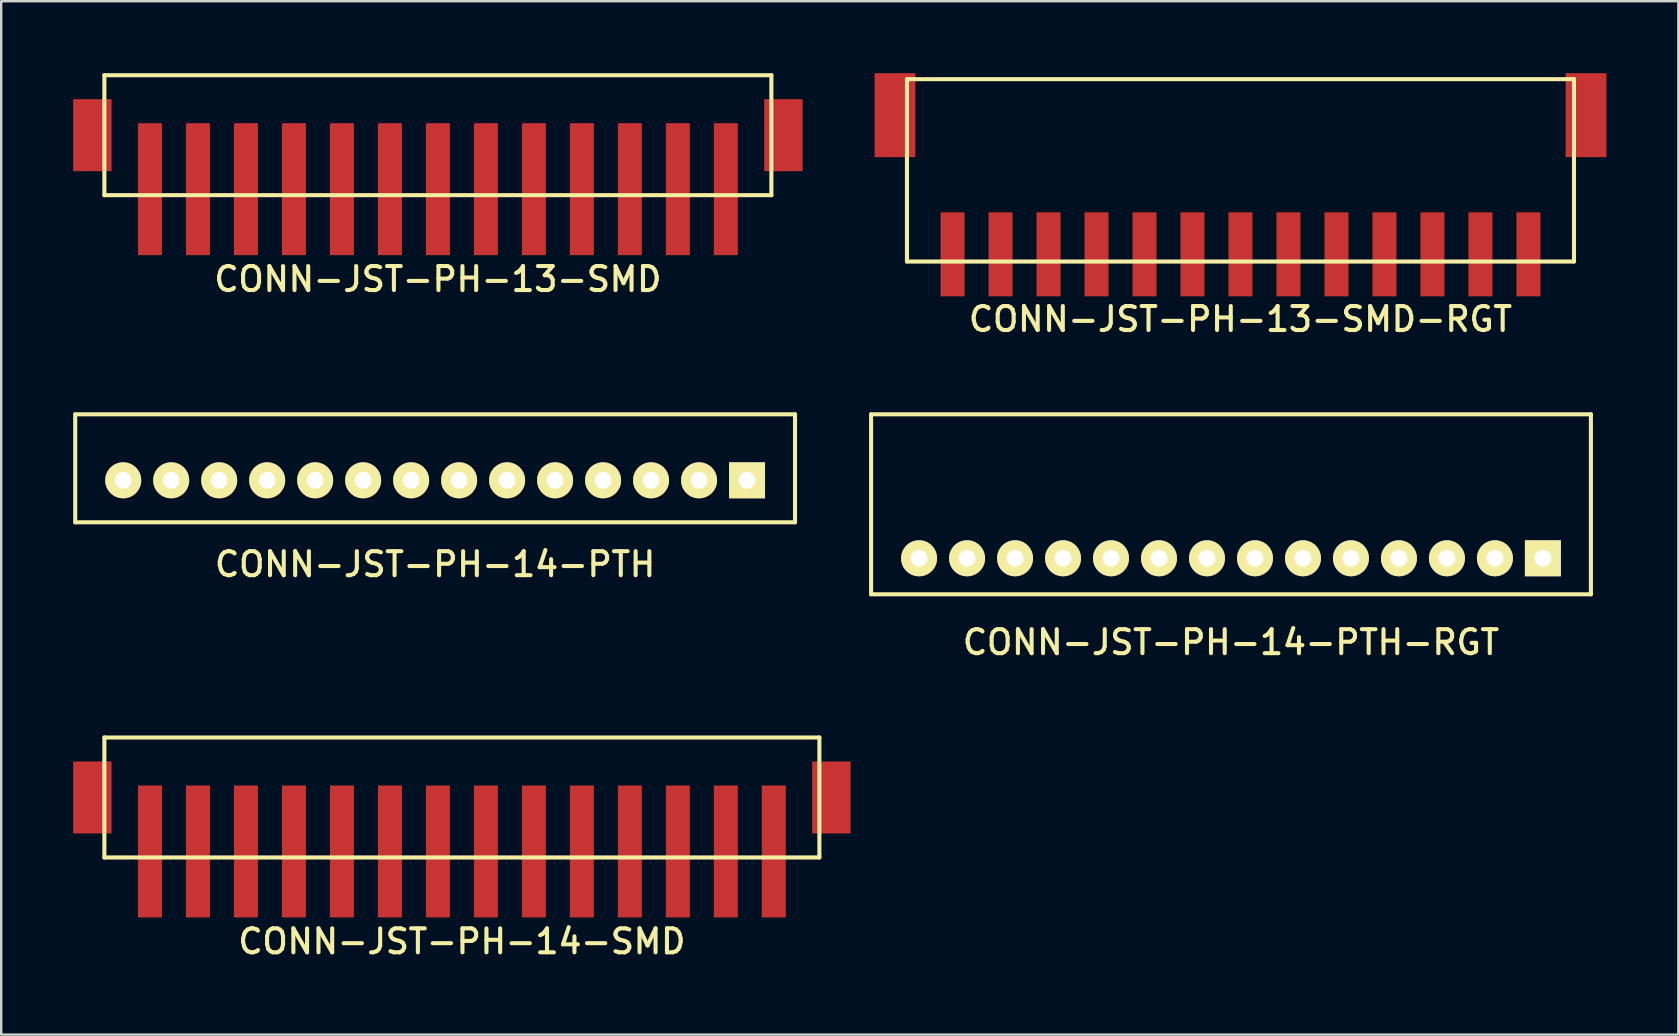
<source format=kicad_pcb>
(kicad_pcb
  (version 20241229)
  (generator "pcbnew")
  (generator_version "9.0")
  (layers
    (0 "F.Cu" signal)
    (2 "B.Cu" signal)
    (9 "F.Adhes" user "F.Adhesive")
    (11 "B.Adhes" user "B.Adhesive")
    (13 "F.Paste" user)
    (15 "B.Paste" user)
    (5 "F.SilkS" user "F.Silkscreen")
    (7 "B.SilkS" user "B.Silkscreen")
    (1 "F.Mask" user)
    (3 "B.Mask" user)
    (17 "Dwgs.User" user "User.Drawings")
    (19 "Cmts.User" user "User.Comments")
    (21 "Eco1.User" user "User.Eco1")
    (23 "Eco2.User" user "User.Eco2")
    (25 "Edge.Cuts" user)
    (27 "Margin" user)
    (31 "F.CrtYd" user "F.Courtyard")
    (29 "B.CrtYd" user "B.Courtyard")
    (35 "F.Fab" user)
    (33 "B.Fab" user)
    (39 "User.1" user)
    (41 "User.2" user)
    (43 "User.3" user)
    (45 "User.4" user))
  (footprint "CONN-JST-PH-13-SMD-RGT"
    (layer "F.Cu")
    (at 48.65 0.25)
    (property "Reference" "CONN-JST-PH-13-SMD-RGT" (at 0 10 0) (layer "F.SilkS") (effects (font (size 1 1) (thickness 0.17))))
    (attr through_hole)
    (fp_line (start -13.9 0) (end -13.9 7.6) (stroke (width 0.17) (type solid)) (layer "F.SilkS"))
    (fp_line (start -13.9 0) (end 13.9 0) (stroke (width 0.17) (type solid)) (layer "F.SilkS"))
    (fp_line (start -13.9 7.6) (end 13.9 7.6) (stroke (width 0.17) (type solid)) (layer "F.SilkS"))
    (fp_line (start 13.9 0) (end 13.9 7.6) (stroke (width 0.17) (type solid)) (layer "F.SilkS"))
    (pad "1" smd rect (at 12 7.3) (size 1 3.5) (layers "F.Cu" "F.Mask" "F.Paste"))
    (pad "2" smd rect (at 10 7.3) (size 1 3.5) (layers "F.Cu" "F.Mask" "F.Paste"))
    (pad "3" smd rect (at 8 7.3) (size 1 3.5) (layers "F.Cu" "F.Mask" "F.Paste"))
    (pad "4" smd rect (at 6 7.3) (size 1 3.5) (layers "F.Cu" "F.Mask" "F.Paste"))
    (pad "5" smd rect (at 4 7.3) (size 1 3.5) (layers "F.Cu" "F.Mask" "F.Paste"))
    (pad "6" smd rect (at 2 7.3) (size 1 3.5) (layers "F.Cu" "F.Mask" "F.Paste"))
    (pad "7" smd rect (at 0 7.3) (size 1 3.5) (layers "F.Cu" "F.Mask" "F.Paste"))
    (pad "8" smd rect (at -2 7.3) (size 1 3.5) (layers "F.Cu" "F.Mask" "F.Paste"))
    (pad "9" smd rect (at -4 7.3) (size 1 3.5) (layers "F.Cu" "F.Mask" "F.Paste"))
    (pad "10" smd rect (at -6 7.3) (size 1 3.5) (layers "F.Cu" "F.Mask" "F.Paste"))
    (pad "11" smd rect (at -8 7.3) (size 1 3.5) (layers "F.Cu" "F.Mask" "F.Paste"))
    (pad "12" smd rect (at -10 7.3) (size 1 3.5) (layers "F.Cu" "F.Mask" "F.Paste"))
    (pad "13" smd rect (at -12 7.3) (size 1 3.5) (layers "F.Cu" "F.Mask" "F.Paste"))
    (pad "M1" smd rect (at 14.4 1.5) (size 1.7 3.5) (layers "F.Cu" "F.Mask" "F.Paste"))
    (pad "M2" smd rect (at -14.4 1.5) (size 1.7 3.5) (layers "F.Cu" "F.Mask" "F.Paste")))
  (footprint "CONN-JST-PH-14-SMD"
    (layer "F.Cu")
    (at 16.2 35.187)
    (property "Reference" "CONN-JST-PH-14-SMD" (at 0 1 0) (layer "F.SilkS") (effects (font (size 1 1) (thickness 0.17))))
    (attr through_hole)
    (fp_line (start -14.9 -7.5) (end 14.9 -7.5) (stroke (width 0.17) (type solid)) (layer "F.SilkS"))
    (fp_line (start -14.9 -2.5) (end -14.9 -7.5) (stroke (width 0.17) (type solid)) (layer "F.SilkS"))
    (fp_line (start -14.9 -2.5) (end 14.9 -2.5) (stroke (width 0.17) (type solid)) (layer "F.SilkS"))
    (fp_line (start 14.9 -2.5) (end 14.9 -7.5) (stroke (width 0.17) (type solid)) (layer "F.SilkS"))
    (pad "1" smd rect (at -13 -2.75) (size 1 5.5) (layers "F.Cu" "F.Mask" "F.Paste"))
    (pad "2" smd rect (at -11 -2.75) (size 1 5.5) (layers "F.Cu" "F.Mask" "F.Paste"))
    (pad "3" smd rect (at -9 -2.75) (size 1 5.5) (layers "F.Cu" "F.Mask" "F.Paste"))
    (pad "4" smd rect (at -7 -2.75) (size 1 5.5) (layers "F.Cu" "F.Mask" "F.Paste"))
    (pad "5" smd rect (at -5 -2.75) (size 1 5.5) (layers "F.Cu" "F.Mask" "F.Paste"))
    (pad "6" smd rect (at -3 -2.75) (size 1 5.5) (layers "F.Cu" "F.Mask" "F.Paste"))
    (pad "7" smd rect (at -1 -2.75) (size 1 5.5) (layers "F.Cu" "F.Mask" "F.Paste"))
    (pad "8" smd rect (at 1 -2.75) (size 1 5.5) (layers "F.Cu" "F.Mask" "F.Paste"))
    (pad "9" smd rect (at 3 -2.75) (size 1 5.5) (layers "F.Cu" "F.Mask" "F.Paste"))
    (pad "10" smd rect (at 5 -2.75) (size 1 5.5) (layers "F.Cu" "F.Mask" "F.Paste"))
    (pad "11" smd rect (at 7 -2.75) (size 1 5.5) (layers "F.Cu" "F.Mask" "F.Paste"))
    (pad "12" smd rect (at 9 -2.75) (size 1 5.5) (layers "F.Cu" "F.Mask" "F.Paste"))
    (pad "13" smd rect (at 11 -2.75) (size 1 5.5) (layers "F.Cu" "F.Mask" "F.Paste"))
    (pad "14" smd rect (at 13 -2.75) (size 1 5.5) (layers "F.Cu" "F.Mask" "F.Paste"))
    (pad "M1" smd rect (at -15.4 -5) (size 1.6 3) (layers "F.Cu" "F.Mask" "F.Paste"))
    (pad "M2" smd rect (at 15.4 -5) (size 1.6 3) (layers "F.Cu" "F.Mask" "F.Paste")))
  (footprint "CONN-JST-PH-14-PTH-RGT"
    (layer "F.Cu")
    (at 48.255 20.218)
    (property "Reference" "CONN-JST-PH-14-PTH-RGT" (at 0 3.5 0) (layer "F.SilkS") (effects (font (size 1 1) (thickness 0.17))))
    (attr through_hole)
    (fp_line (start -15 -6) (end 15 -6) (stroke (width 0.17) (type solid)) (layer "F.SilkS"))
    (fp_line (start -15 1.5) (end -15 -6) (stroke (width 0.17) (type solid)) (layer "F.SilkS"))
    (fp_line (start -15 1.5) (end 15 1.5) (stroke (width 0.17) (type solid)) (layer "F.SilkS"))
    (fp_line (start 15 1.5) (end 15 -6) (stroke (width 0.17) (type solid)) (layer "F.SilkS"))
    (pad "1" thru_hole rect (at 13 0) (size 1.5 1.5) (drill 0.7) (layers "*.Cu" "*.Mask" "F.SilkS"))
    (pad "2" thru_hole circle (at 11 0) (size 1.5 1.5) (drill 0.7) (layers "*.Cu" "*.Mask" "F.SilkS"))
    (pad "3" thru_hole circle (at 9 0) (size 1.5 1.5) (drill 0.7) (layers "*.Cu" "*.Mask" "F.SilkS"))
    (pad "4" thru_hole circle (at 7 0) (size 1.5 1.5) (drill 0.7) (layers "*.Cu" "*.Mask" "F.SilkS"))
    (pad "5" thru_hole circle (at 5 0) (size 1.5 1.5) (drill 0.7) (layers "*.Cu" "*.Mask" "F.SilkS"))
    (pad "6" thru_hole circle (at 3 0) (size 1.5 1.5) (drill 0.7) (layers "*.Cu" "*.Mask" "F.SilkS"))
    (pad "7" thru_hole circle (at 1 0) (size 1.5 1.5) (drill 0.7) (layers "*.Cu" "*.Mask" "F.SilkS"))
    (pad "8" thru_hole circle (at -1 0) (size 1.5 1.5) (drill 0.7) (layers "*.Cu" "*.Mask" "F.SilkS"))
    (pad "9" thru_hole circle (at -3 0) (size 1.5 1.5) (drill 0.7) (layers "*.Cu" "*.Mask" "F.SilkS"))
    (pad "10" thru_hole circle (at -5 0) (size 1.5 1.5) (drill 0.7) (layers "*.Cu" "*.Mask" "F.SilkS"))
    (pad "11" thru_hole circle (at -7 0) (size 1.5 1.5) (drill 0.7) (layers "*.Cu" "*.Mask" "F.SilkS"))
    (pad "12" thru_hole circle (at -9 0) (size 1.5 1.5) (drill 0.7) (layers "*.Cu" "*.Mask" "F.SilkS"))
    (pad "13" thru_hole circle (at -11 0) (size 1.5 1.5) (drill 0.7) (layers "*.Cu" "*.Mask" "F.SilkS"))
    (pad "14" thru_hole circle (at -13 0) (size 1.5 1.5) (drill 0.7) (layers "*.Cu" "*.Mask" "F.SilkS")))
  (footprint "CONN-JST-PH-14-PTH"
    (layer "F.Cu")
    (at 15.085 16.968)
    (property "Reference" "CONN-JST-PH-14-PTH" (at 0 3.5 0) (layer "F.SilkS") (effects (font (size 1 1) (thickness 0.17))))
    (attr through_hole)
    (fp_line (start -15 -2.75) (end 15 -2.75) (stroke (width 0.17) (type solid)) (layer "F.SilkS"))
    (fp_line (start -15 1.75) (end -15 -2.75) (stroke (width 0.17) (type solid)) (layer "F.SilkS"))
    (fp_line (start -15 1.75) (end 15 1.75) (stroke (width 0.17) (type solid)) (layer "F.SilkS"))
    (fp_line (start 15 1.75) (end 15 -2.75) (stroke (width 0.17) (type solid)) (layer "F.SilkS"))
    (pad "1" thru_hole rect (at 13 0) (size 1.5 1.5) (drill 0.7) (layers "*.Cu" "*.Mask" "F.SilkS"))
    (pad "2" thru_hole circle (at 11 0) (size 1.5 1.5) (drill 0.7) (layers "*.Cu" "*.Mask" "F.SilkS"))
    (pad "3" thru_hole circle (at 9 0) (size 1.5 1.5) (drill 0.7) (layers "*.Cu" "*.Mask" "F.SilkS"))
    (pad "4" thru_hole circle (at 7 0) (size 1.5 1.5) (drill 0.7) (layers "*.Cu" "*.Mask" "F.SilkS"))
    (pad "5" thru_hole circle (at 5 0) (size 1.5 1.5) (drill 0.7) (layers "*.Cu" "*.Mask" "F.SilkS"))
    (pad "6" thru_hole circle (at 3 0) (size 1.5 1.5) (drill 0.7) (layers "*.Cu" "*.Mask" "F.SilkS"))
    (pad "7" thru_hole circle (at 1 0) (size 1.5 1.5) (drill 0.7) (layers "*.Cu" "*.Mask" "F.SilkS"))
    (pad "8" thru_hole circle (at -1 0) (size 1.5 1.5) (drill 0.7) (layers "*.Cu" "*.Mask" "F.SilkS"))
    (pad "9" thru_hole circle (at -3 0) (size 1.5 1.5) (drill 0.7) (layers "*.Cu" "*.Mask" "F.SilkS"))
    (pad "10" thru_hole circle (at -5 0) (size 1.5 1.5) (drill 0.7) (layers "*.Cu" "*.Mask" "F.SilkS"))
    (pad "11" thru_hole circle (at -7 0) (size 1.5 1.5) (drill 0.7) (layers "*.Cu" "*.Mask" "F.SilkS"))
    (pad "12" thru_hole circle (at -9 0) (size 1.5 1.5) (drill 0.7) (layers "*.Cu" "*.Mask" "F.SilkS"))
    (pad "13" thru_hole circle (at -11 0) (size 1.5 1.5) (drill 0.7) (layers "*.Cu" "*.Mask" "F.SilkS"))
    (pad "14" thru_hole circle (at -13 0) (size 1.5 1.5) (drill 0.7) (layers "*.Cu" "*.Mask" "F.SilkS")))
  (footprint "CONN-JST-PH-13-SMD"
    (layer "F.Cu")
    (at 15.2 7.585)
    (property "Reference" "CONN-JST-PH-13-SMD" (at 0 1 0) (layer "F.SilkS") (effects (font (size 1 1) (thickness 0.17))))
    (attr through_hole)
    (fp_line (start -13.9 -7.5) (end 13.9 -7.5) (stroke (width 0.17) (type solid)) (layer "F.SilkS"))
    (fp_line (start -13.9 -2.5) (end -13.9 -7.5) (stroke (width 0.17) (type solid)) (layer "F.SilkS"))
    (fp_line (start -13.9 -2.5) (end 13.9 -2.5) (stroke (width 0.17) (type solid)) (layer "F.SilkS"))
    (fp_line (start 13.9 -2.5) (end 13.9 -7.5) (stroke (width 0.17) (type solid)) (layer "F.SilkS"))
    (pad "1" smd rect (at -12 -2.75) (size 1 5.5) (layers "F.Cu" "F.Mask" "F.Paste"))
    (pad "2" smd rect (at -10 -2.75) (size 1 5.5) (layers "F.Cu" "F.Mask" "F.Paste"))
    (pad "3" smd rect (at -8 -2.75) (size 1 5.5) (layers "F.Cu" "F.Mask" "F.Paste"))
    (pad "4" smd rect (at -6 -2.75) (size 1 5.5) (layers "F.Cu" "F.Mask" "F.Paste"))
    (pad "5" smd rect (at -4 -2.75) (size 1 5.5) (layers "F.Cu" "F.Mask" "F.Paste"))
    (pad "6" smd rect (at -2 -2.75) (size 1 5.5) (layers "F.Cu" "F.Mask" "F.Paste"))
    (pad "7" smd rect (at 0 -2.75) (size 1 5.5) (layers "F.Cu" "F.Mask" "F.Paste"))
    (pad "8" smd rect (at 2 -2.75) (size 1 5.5) (layers "F.Cu" "F.Mask" "F.Paste"))
    (pad "9" smd rect (at 4 -2.75) (size 1 5.5) (layers "F.Cu" "F.Mask" "F.Paste"))
    (pad "10" smd rect (at 6 -2.75) (size 1 5.5) (layers "F.Cu" "F.Mask" "F.Paste"))
    (pad "11" smd rect (at 8 -2.75) (size 1 5.5) (layers "F.Cu" "F.Mask" "F.Paste"))
    (pad "12" smd rect (at 10 -2.75) (size 1 5.5) (layers "F.Cu" "F.Mask" "F.Paste"))
    (pad "13" smd rect (at 12 -2.75) (size 1 5.5) (layers "F.Cu" "F.Mask" "F.Paste"))
    (pad "M1" smd rect (at -14.4 -5) (size 1.6 3) (layers "F.Cu" "F.Mask" "F.Paste"))
    (pad "M2" smd rect (at 14.4 -5) (size 1.6 3) (layers "F.Cu" "F.Mask" "F.Paste")))
  (gr_rect
    (start -3 -3)
    (end 66.9 40.07)
    (stroke (width 0.1) (type default))
    (fill no)
    (layer "Edge.Cuts")))
</source>
